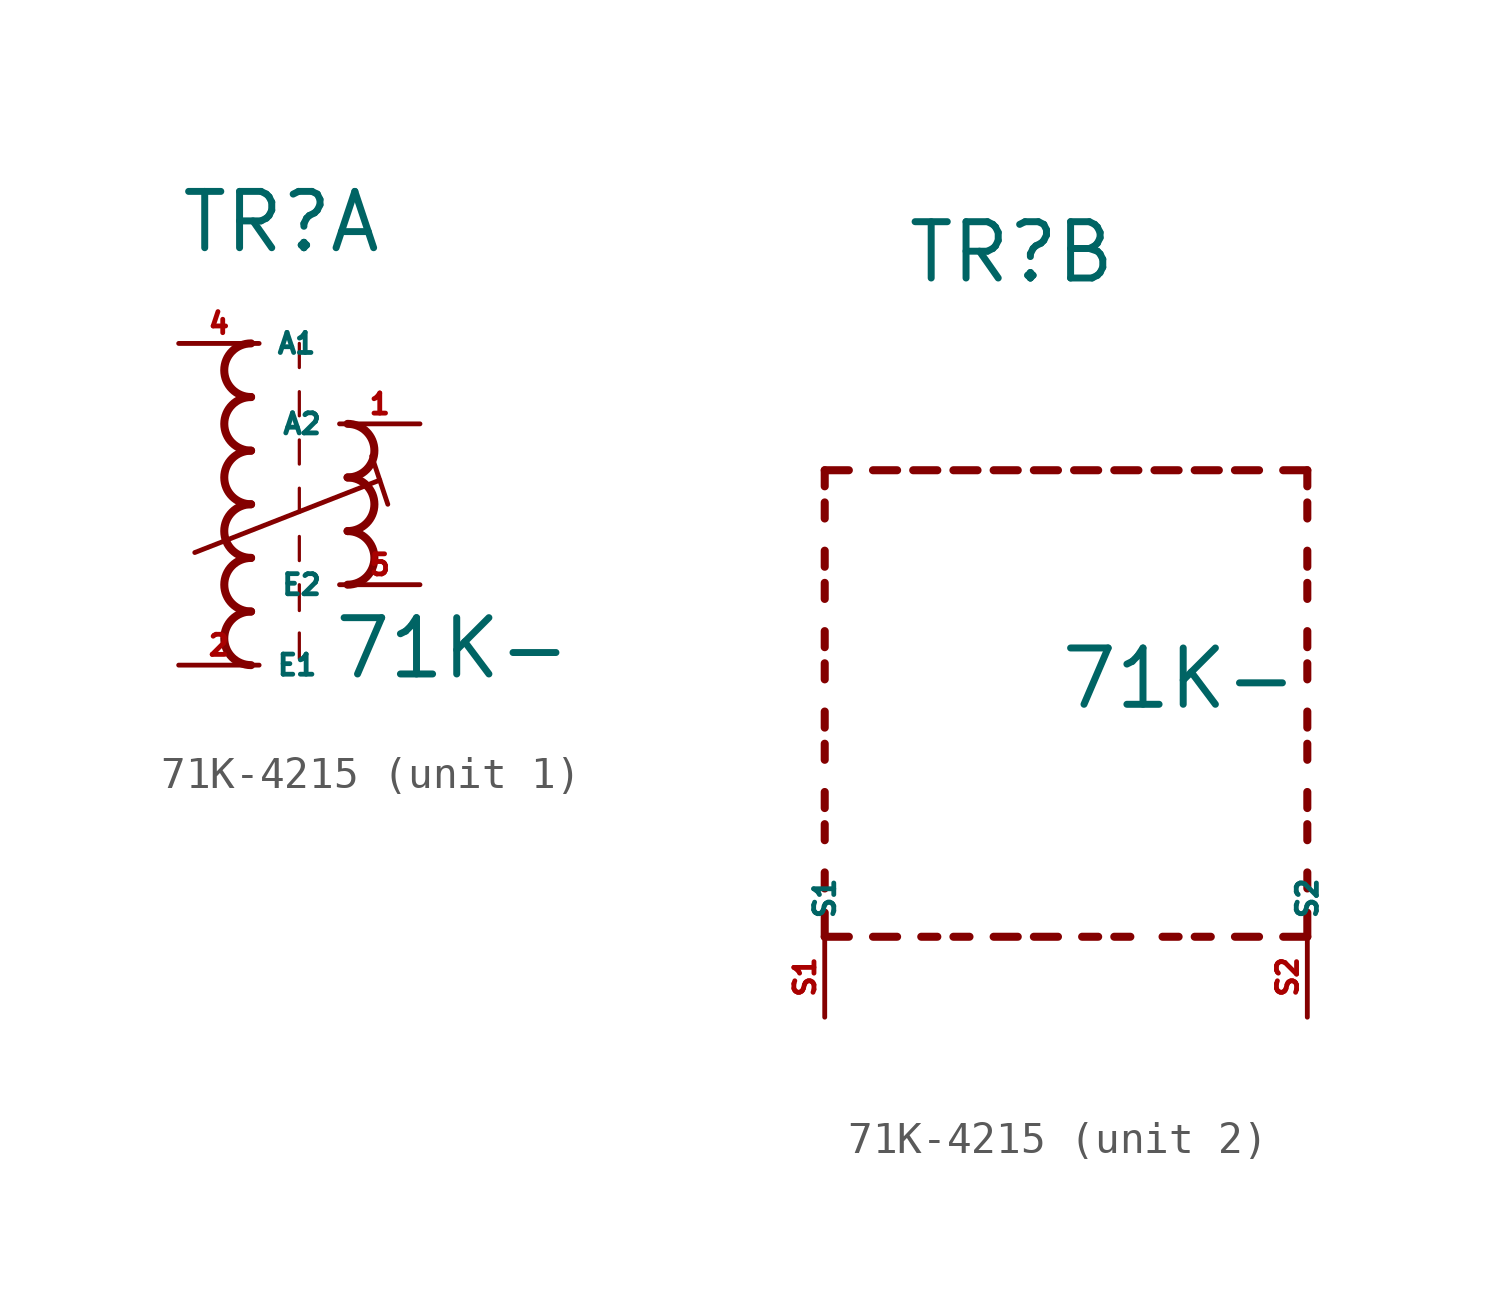
<source format=kicad_sym>
(kicad_symbol_lib
  (version 20220914)
  (generator kicad_symbol_editor)
  (symbol "71K-4215"
    (property "Reference" "TR"
      (at -2.54 7.874 0)
      (effects (font (size 1.778 1.778) (thickness 0.22)) (justify left bottom)))
    (property "Value" "71K-"
      (at 2.286 -5.588 0)
      (effects (font (size 1.778 1.778) (thickness 0.22)) (justify left bottom)))
    (symbol "71K-4215_1_0"
      (arc (start -0.254 -3.3866) (mid -1.1004 -4.2333) (end -0.254 -5.08) (stroke (width 0.254) (type default)) (fill (type none)))
      (arc (start -0.254 -1.6932) (mid -1.1004 -2.5399) (end -0.254 -3.3866) (stroke (width 0.254) (type default)) (fill (type none)))
      (arc (start -0.254 0) (mid -1.1004 -0.8467) (end -0.254 -1.6934) (stroke (width 0.254) (type default)) (fill (type none)))
      (arc (start -0.254 1.6934) (mid -1.1004 0.8467) (end -0.254 0) (stroke (width 0.254) (type default)) (fill (type none)))
      (arc (start -0.254 3.3866) (mid -1.1002 2.54) (end -0.254 1.6934) (stroke (width 0.254) (type default)) (fill (type none)))
      (arc (start -0.254 5.08) (mid -1.1004 4.2333) (end -0.254 3.3866) (stroke (width 0.254) (type default)) (fill (type none)))
      (polyline (pts (xy -2.032 -1.524) (xy 3.81 0.762)) (stroke (width 0.152) (type default)) (fill (type none)))
      (polyline (pts (xy 1.27 -4.064) (xy 1.27 -4.88)) (stroke (width 0.102) (type default)) (fill (type none)))
      (polyline (pts (xy 1.27 -2.54) (xy 1.27 -3.356)) (stroke (width 0.102) (type default)) (fill (type none)))
      (polyline (pts (xy 1.27 -1.016) (xy 1.27 -1.778)) (stroke (width 0.102) (type default)) (fill (type none)))
      (polyline (pts (xy 1.27 0.508) (xy 1.27 -0.254)) (stroke (width 0.102) (type default)) (fill (type none)))
      (polyline (pts (xy 1.27 2.032) (xy 1.27 1.27)) (stroke (width 0.102) (type default)) (fill (type none)))
      (polyline (pts (xy 1.27 3.556) (xy 1.27 2.794)) (stroke (width 0.102) (type default)) (fill (type none)))
      (polyline (pts (xy 1.27 5.08) (xy 1.27 4.318)) (stroke (width 0.102) (type default)) (fill (type none)))
      (polyline (pts (xy 3.556 1.524) (xy 4.064 0)) (stroke (width 0.152) (type default)) (fill (type none)))
      (arc (start 2.794 -2.54) (mid 3.6404 -1.6933) (end 2.794 -0.8466) (stroke (width 0.254) (type default)) (fill (type none)))
      (arc (start 2.794 -0.8466) (mid 3.6402 0) (end 2.794 0.8466) (stroke (width 0.254) (type default)) (fill (type none)))
      (arc (start 2.794 0.8466) (mid 3.6404 1.6933) (end 2.794 2.54) (stroke (width 0.254) (type default)) (fill (type none)))
      (pin passive line (at 5.08 2.54 180) (length 2.54) (name "A2" (effects (font (size 0.635 0.635)))) (number "1" (effects (font (size 0.635 0.635)))))
      (pin passive line (at -2.54 -5.08 0) (length 2.54) (name "E1" (effects (font (size 0.635 0.635)))) (number "2" (effects (font (size 0.635 0.635)))))
      (pin passive line (at -2.54 5.08 0) (length 2.54) (name "A1" (effects (font (size 0.635 0.635)))) (number "4" (effects (font (size 0.635 0.635)))))
      (pin passive line (at 5.08 -2.54 180) (length 2.54) (name "E2" (effects (font (size 0.635 0.635)))) (number "5" (effects (font (size 0.635 0.635))))))
    (symbol "71K-4215_2_0"
      (polyline (pts (xy -5.08 -12.7) (xy -5.08 -11.938)) (stroke (width 0.254) (type default)) (fill (type none)))
      (polyline (pts (xy -5.08 -12.7) (xy -4.318 -12.7)) (stroke (width 0.254) (type default)) (fill (type none)))
      (polyline (pts (xy -5.08 -11.176) (xy -5.08 -10.668)) (stroke (width 0.254) (type default)) (fill (type none)))
      (polyline (pts (xy -5.08 -9.652) (xy -5.08 -9.144)) (stroke (width 0.254) (type default)) (fill (type none)))
      (polyline (pts (xy -5.08 -8.636) (xy -5.08 -8.128)) (stroke (width 0.254) (type default)) (fill (type none)))
      (polyline (pts (xy -5.08 -7.112) (xy -5.08 -6.604)) (stroke (width 0.254) (type default)) (fill (type none)))
      (polyline (pts (xy -5.08 -6.096) (xy -5.08 -5.588)) (stroke (width 0.254) (type default)) (fill (type none)))
      (polyline (pts (xy -5.08 -4.572) (xy -5.08 -4.064)) (stroke (width 0.254) (type default)) (fill (type none)))
      (polyline (pts (xy -5.08 -3.556) (xy -5.08 -3.048)) (stroke (width 0.254) (type default)) (fill (type none)))
      (polyline (pts (xy -5.08 -2.032) (xy -5.08 -1.524)) (stroke (width 0.254) (type default)) (fill (type none)))
      (polyline (pts (xy -5.08 -1.016) (xy -5.08 -0.508)) (stroke (width 0.254) (type default)) (fill (type none)))
      (polyline (pts (xy -5.08 0.508) (xy -5.08 1.016)) (stroke (width 0.254) (type default)) (fill (type none)))
      (polyline (pts (xy -5.08 1.524) (xy -5.08 2.032)) (stroke (width 0.254) (type default)) (fill (type none)))
      (polyline (pts (xy -5.08 2.032) (xy -4.318 2.032)) (stroke (width 0.254) (type default)) (fill (type none)))
      (polyline (pts (xy -3.556 -12.7) (xy -2.794 -12.7)) (stroke (width 0.254) (type default)) (fill (type none)))
      (polyline (pts (xy -3.556 2.032) (xy -2.794 2.032)) (stroke (width 0.254) (type default)) (fill (type none)))
      (polyline (pts (xy -1.524 -12.7) (xy -2.032 -12.7)) (stroke (width 0.254) (type default)) (fill (type none)))
      (polyline (pts (xy -1.524 2.032) (xy -2.286 2.032)) (stroke (width 0.254) (type default)) (fill (type none)))
      (polyline (pts (xy -1.016 2.032) (xy -0.254 2.032)) (stroke (width 0.254) (type default)) (fill (type none)))
      (polyline (pts (xy -0.508 -12.7) (xy -1.016 -12.7)) (stroke (width 0.254) (type default)) (fill (type none)))
      (polyline (pts (xy 1.016 -12.7) (xy 0.254 -12.7)) (stroke (width 0.254) (type default)) (fill (type none)))
      (polyline (pts (xy 1.016 2.032) (xy 0.254 2.032)) (stroke (width 0.254) (type default)) (fill (type none)))
      (polyline (pts (xy 1.524 -12.7) (xy 2.286 -12.7)) (stroke (width 0.254) (type default)) (fill (type none)))
      (polyline (pts (xy 1.524 2.032) (xy 2.286 2.032)) (stroke (width 0.254) (type default)) (fill (type none)))
      (polyline (pts (xy 3.556 -12.7) (xy 3.048 -12.7)) (stroke (width 0.254) (type default)) (fill (type none)))
      (polyline (pts (xy 3.556 2.032) (xy 2.794 2.032)) (stroke (width 0.254) (type default)) (fill (type none)))
      (polyline (pts (xy 4.064 2.032) (xy 4.826 2.032)) (stroke (width 0.254) (type default)) (fill (type none)))
      (polyline (pts (xy 4.572 -12.7) (xy 4.064 -12.7)) (stroke (width 0.254) (type default)) (fill (type none)))
      (polyline (pts (xy 6.096 -12.7) (xy 5.588 -12.7)) (stroke (width 0.254) (type default)) (fill (type none)))
      (polyline (pts (xy 6.096 2.032) (xy 5.334 2.032)) (stroke (width 0.254) (type default)) (fill (type none)))
      (polyline (pts (xy 6.604 2.032) (xy 7.366 2.032)) (stroke (width 0.254) (type default)) (fill (type none)))
      (polyline (pts (xy 7.112 -12.7) (xy 6.604 -12.7)) (stroke (width 0.254) (type default)) (fill (type none)))
      (polyline (pts (xy 8.636 -12.7) (xy 7.874 -12.7)) (stroke (width 0.254) (type default)) (fill (type none)))
      (polyline (pts (xy 8.636 2.032) (xy 7.874 2.032)) (stroke (width 0.254) (type default)) (fill (type none)))
      (polyline (pts (xy 10.16 -12.7) (xy 9.398 -12.7)) (stroke (width 0.254) (type default)) (fill (type none)))
      (polyline (pts (xy 10.16 -12.7) (xy 10.16 -11.938)) (stroke (width 0.254) (type default)) (fill (type none)))
      (polyline (pts (xy 10.16 -11.176) (xy 10.16 -10.668)) (stroke (width 0.254) (type default)) (fill (type none)))
      (polyline (pts (xy 10.16 -9.652) (xy 10.16 -9.144)) (stroke (width 0.254) (type default)) (fill (type none)))
      (polyline (pts (xy 10.16 -8.636) (xy 10.16 -8.128)) (stroke (width 0.254) (type default)) (fill (type none)))
      (polyline (pts (xy 10.16 -7.112) (xy 10.16 -6.604)) (stroke (width 0.254) (type default)) (fill (type none)))
      (polyline (pts (xy 10.16 -6.096) (xy 10.16 -5.588)) (stroke (width 0.254) (type default)) (fill (type none)))
      (polyline (pts (xy 10.16 -4.572) (xy 10.16 -4.064)) (stroke (width 0.254) (type default)) (fill (type none)))
      (polyline (pts (xy 10.16 -3.556) (xy 10.16 -3.048)) (stroke (width 0.254) (type default)) (fill (type none)))
      (polyline (pts (xy 10.16 -2.032) (xy 10.16 -1.524)) (stroke (width 0.254) (type default)) (fill (type none)))
      (polyline (pts (xy 10.16 -1.016) (xy 10.16 -0.508)) (stroke (width 0.254) (type default)) (fill (type none)))
      (polyline (pts (xy 10.16 0.508) (xy 10.16 1.016)) (stroke (width 0.254) (type default)) (fill (type none)))
      (polyline (pts (xy 10.16 1.524) (xy 10.16 2.032)) (stroke (width 0.254) (type default)) (fill (type none)))
      (polyline (pts (xy 10.16 2.032) (xy 9.398 2.032)) (stroke (width 0.254) (type default)) (fill (type none)))
      (pin passive line (at -5.08 -15.24 90) (length 2.54) (name "S1" (effects (font (size 0.635 0.635)))) (number "S1" (effects (font (size 0.635 0.635)))))
      (pin passive line (at 10.16 -15.24 90) (length 2.54) (name "S2" (effects (font (size 0.635 0.635)))) (number "S2" (effects (font (size 0.635 0.635))))))))
</source>
